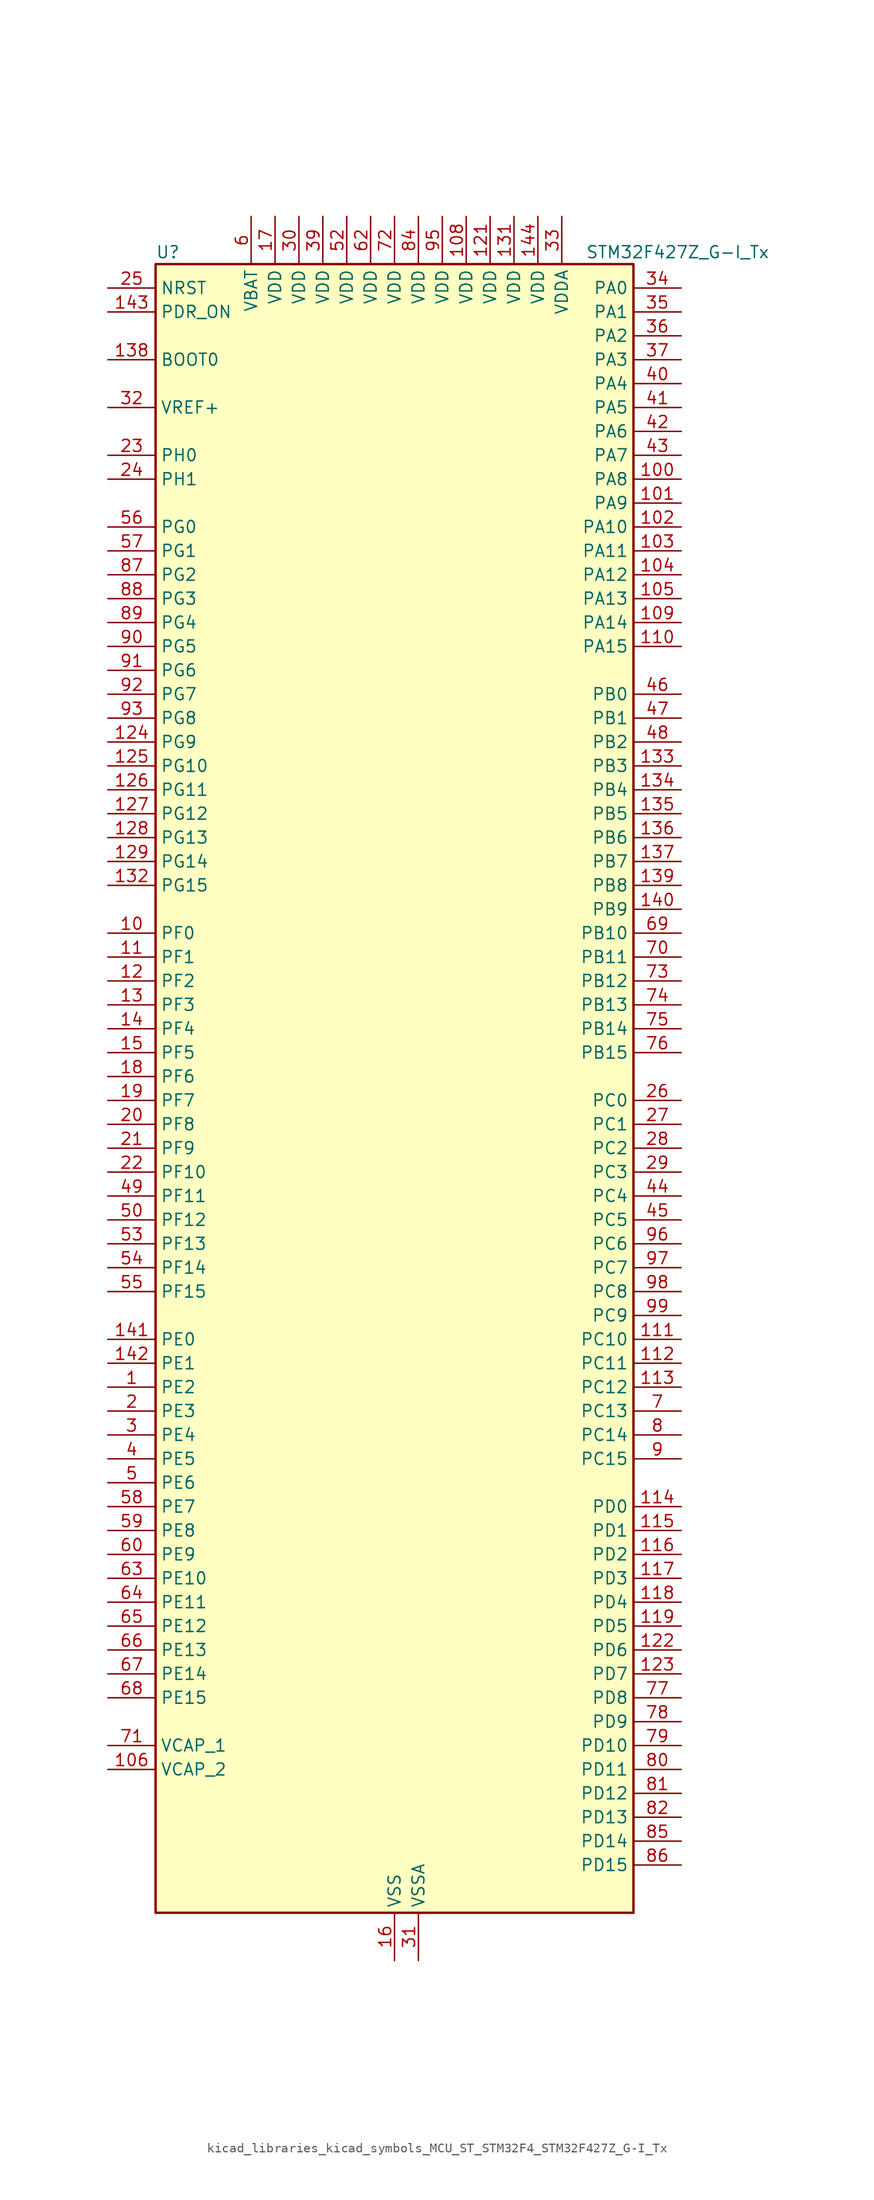
<source format=kicad_sym>
(kicad_symbol_lib
  (version 20220914)
  (generator kicad_symbol_editor)
  (symbol "kicad_libraries_kicad_symbols_MCU_ST_STM32F4_STM32F427Z_G-I_Tx"
    (property "Reference" "U"
      (at -25.4 90.17 0)
      (effects (font (size 1.27 1.27)) (justify left)))
    (property "Value" "STM32F427Z_G-I_Tx"
      (at 20.32 90.17 0)
      (effects (font (size 1.27 1.27)) (justify left)))
    (property "ki_locked" ""
      (at 0 0 0)
      (effects (font (size 1.27 1.27))))
    (symbol "kicad_libraries_kicad_symbols_MCU_ST_STM32F4_STM32F427Z_G-I_Tx_0_1"
      (rectangle (start -25.4 -86.36) (end 25.4 88.9) (stroke (width 0.254) (type default)) (fill (type background))))
    (symbol "kicad_libraries_kicad_symbols_MCU_ST_STM32F4_STM32F427Z_G-I_Tx_1_1"
      (pin bidirectional line (at -30.48 -30.48 0) (length 5.08) (name "PE2" (effects (font (size 1.27 1.27)))) (number "1" (effects (font (size 1.27 1.27)))) (alternate "ETH_TXD3" bidirectional line) (alternate "FMC_A23" bidirectional line) (alternate "SAI1_MCLK_A" bidirectional line) (alternate "SPI4_SCK" bidirectional line) (alternate "SYS_TRACECLK" bidirectional line))
      (pin bidirectional line (at -30.48 17.78 0) (length 5.08) (name "PF0" (effects (font (size 1.27 1.27)))) (number "10" (effects (font (size 1.27 1.27)))) (alternate "FMC_A0" bidirectional line) (alternate "I2C2_SDA" bidirectional line))
      (pin bidirectional line (at 30.48 66.04 180) (length 5.08) (name "PA8" (effects (font (size 1.27 1.27)))) (number "100" (effects (font (size 1.27 1.27)))) (alternate "I2C3_SCL" bidirectional line) (alternate "RCC_MCO_1" bidirectional line) (alternate "TIM1_CH1" bidirectional line) (alternate "USART1_CK" bidirectional line) (alternate "USB_OTG_FS_SOF" bidirectional line))
      (pin bidirectional line (at 30.48 63.5 180) (length 5.08) (name "PA9" (effects (font (size 1.27 1.27)))) (number "101" (effects (font (size 1.27 1.27)))) (alternate "DAC_EXTI9" bidirectional line) (alternate "DCMI_D0" bidirectional line) (alternate "I2C3_SMBA" bidirectional line) (alternate "TIM1_CH2" bidirectional line) (alternate "USART1_TX" bidirectional line) (alternate "USB_OTG_FS_VBUS" bidirectional line))
      (pin bidirectional line (at 30.48 60.96 180) (length 5.08) (name "PA10" (effects (font (size 1.27 1.27)))) (number "102" (effects (font (size 1.27 1.27)))) (alternate "DCMI_D1" bidirectional line) (alternate "TIM1_CH3" bidirectional line) (alternate "USART1_RX" bidirectional line) (alternate "USB_OTG_FS_ID" bidirectional line))
      (pin bidirectional line (at 30.48 58.42 180) (length 5.08) (name "PA11" (effects (font (size 1.27 1.27)))) (number "103" (effects (font (size 1.27 1.27)))) (alternate "ADC1_EXTI11" bidirectional line) (alternate "ADC2_EXTI11" bidirectional line) (alternate "ADC3_EXTI11" bidirectional line) (alternate "CAN1_RX" bidirectional line) (alternate "TIM1_CH4" bidirectional line) (alternate "USART1_CTS" bidirectional line) (alternate "USB_OTG_FS_DM" bidirectional line))
      (pin bidirectional line (at 30.48 55.88 180) (length 5.08) (name "PA12" (effects (font (size 1.27 1.27)))) (number "104" (effects (font (size 1.27 1.27)))) (alternate "CAN1_TX" bidirectional line) (alternate "TIM1_ETR" bidirectional line) (alternate "USART1_RTS" bidirectional line) (alternate "USB_OTG_FS_DP" bidirectional line))
      (pin bidirectional line (at 30.48 53.34 180) (length 5.08) (name "PA13" (effects (font (size 1.27 1.27)))) (number "105" (effects (font (size 1.27 1.27)))) (alternate "SYS_JTMS-SWDIO" bidirectional line))
      (pin power_out line (at -30.48 -71.12 0) (length 5.08) (name "VCAP_2" (effects (font (size 1.27 1.27)))) (number "106" (effects (font (size 1.27 1.27)))))
      (pin passive line (at 0 -91.44 90) (length 5.08) hide (name "VSS" (effects (font (size 1.27 1.27)))) (number "107" (effects (font (size 1.27 1.27)))))
      (pin power_in line (at 7.62 93.98 270) (length 5.08) (name "VDD" (effects (font (size 1.27 1.27)))) (number "108" (effects (font (size 1.27 1.27)))))
      (pin bidirectional line (at 30.48 50.8 180) (length 5.08) (name "PA14" (effects (font (size 1.27 1.27)))) (number "109" (effects (font (size 1.27 1.27)))) (alternate "SYS_JTCK-SWCLK" bidirectional line))
      (pin bidirectional line (at -30.48 15.24 0) (length 5.08) (name "PF1" (effects (font (size 1.27 1.27)))) (number "11" (effects (font (size 1.27 1.27)))) (alternate "FMC_A1" bidirectional line) (alternate "I2C2_SCL" bidirectional line))
      (pin bidirectional line (at 30.48 48.26 180) (length 5.08) (name "PA15" (effects (font (size 1.27 1.27)))) (number "110" (effects (font (size 1.27 1.27)))) (alternate "ADC1_EXTI15" bidirectional line) (alternate "ADC2_EXTI15" bidirectional line) (alternate "ADC3_EXTI15" bidirectional line) (alternate "I2S3_WS" bidirectional line) (alternate "SPI1_NSS" bidirectional line) (alternate "SPI3_NSS" bidirectional line) (alternate "SYS_JTDI" bidirectional line) (alternate "TIM2_CH1" bidirectional line) (alternate "TIM2_ETR" bidirectional line))
      (pin bidirectional line (at 30.48 -25.4 180) (length 5.08) (name "PC10" (effects (font (size 1.27 1.27)))) (number "111" (effects (font (size 1.27 1.27)))) (alternate "DCMI_D8" bidirectional line) (alternate "I2S3_CK" bidirectional line) (alternate "SDIO_D2" bidirectional line) (alternate "SPI3_SCK" bidirectional line) (alternate "UART4_TX" bidirectional line) (alternate "USART3_TX" bidirectional line))
      (pin bidirectional line (at 30.48 -27.94 180) (length 5.08) (name "PC11" (effects (font (size 1.27 1.27)))) (number "112" (effects (font (size 1.27 1.27)))) (alternate "ADC1_EXTI11" bidirectional line) (alternate "ADC2_EXTI11" bidirectional line) (alternate "ADC3_EXTI11" bidirectional line) (alternate "DCMI_D4" bidirectional line) (alternate "I2S3_ext_SD" bidirectional line) (alternate "SDIO_D3" bidirectional line) (alternate "SPI3_MISO" bidirectional line) (alternate "UART4_RX" bidirectional line) (alternate "USART3_RX" bidirectional line))
      (pin bidirectional line (at 30.48 -30.48 180) (length 5.08) (name "PC12" (effects (font (size 1.27 1.27)))) (number "113" (effects (font (size 1.27 1.27)))) (alternate "DCMI_D9" bidirectional line) (alternate "I2S3_SD" bidirectional line) (alternate "SDIO_CK" bidirectional line) (alternate "SPI3_MOSI" bidirectional line) (alternate "UART5_TX" bidirectional line) (alternate "USART3_CK" bidirectional line))
      (pin bidirectional line (at 30.48 -43.18 180) (length 5.08) (name "PD0" (effects (font (size 1.27 1.27)))) (number "114" (effects (font (size 1.27 1.27)))) (alternate "CAN1_RX" bidirectional line) (alternate "FMC_D2" bidirectional line) (alternate "FMC_DA2" bidirectional line))
      (pin bidirectional line (at 30.48 -45.72 180) (length 5.08) (name "PD1" (effects (font (size 1.27 1.27)))) (number "115" (effects (font (size 1.27 1.27)))) (alternate "CAN1_TX" bidirectional line) (alternate "FMC_D3" bidirectional line) (alternate "FMC_DA3" bidirectional line))
      (pin bidirectional line (at 30.48 -48.26 180) (length 5.08) (name "PD2" (effects (font (size 1.27 1.27)))) (number "116" (effects (font (size 1.27 1.27)))) (alternate "DCMI_D11" bidirectional line) (alternate "SDIO_CMD" bidirectional line) (alternate "TIM3_ETR" bidirectional line) (alternate "UART5_RX" bidirectional line))
      (pin bidirectional line (at 30.48 -50.8 180) (length 5.08) (name "PD3" (effects (font (size 1.27 1.27)))) (number "117" (effects (font (size 1.27 1.27)))) (alternate "DCMI_D5" bidirectional line) (alternate "FMC_CLK" bidirectional line) (alternate "I2S2_CK" bidirectional line) (alternate "SPI2_SCK" bidirectional line) (alternate "USART2_CTS" bidirectional line))
      (pin bidirectional line (at 30.48 -53.34 180) (length 5.08) (name "PD4" (effects (font (size 1.27 1.27)))) (number "118" (effects (font (size 1.27 1.27)))) (alternate "FMC_NOE" bidirectional line) (alternate "USART2_RTS" bidirectional line))
      (pin bidirectional line (at 30.48 -55.88 180) (length 5.08) (name "PD5" (effects (font (size 1.27 1.27)))) (number "119" (effects (font (size 1.27 1.27)))) (alternate "FMC_NWE" bidirectional line) (alternate "USART2_TX" bidirectional line))
      (pin bidirectional line (at -30.48 12.7 0) (length 5.08) (name "PF2" (effects (font (size 1.27 1.27)))) (number "12" (effects (font (size 1.27 1.27)))) (alternate "FMC_A2" bidirectional line) (alternate "I2C2_SMBA" bidirectional line))
      (pin passive line (at 0 -91.44 90) (length 5.08) hide (name "VSS" (effects (font (size 1.27 1.27)))) (number "120" (effects (font (size 1.27 1.27)))))
      (pin power_in line (at 10.16 93.98 270) (length 5.08) (name "VDD" (effects (font (size 1.27 1.27)))) (number "121" (effects (font (size 1.27 1.27)))))
      (pin bidirectional line (at 30.48 -58.42 180) (length 5.08) (name "PD6" (effects (font (size 1.27 1.27)))) (number "122" (effects (font (size 1.27 1.27)))) (alternate "DCMI_D10" bidirectional line) (alternate "FMC_NWAIT" bidirectional line) (alternate "I2S3_SD" bidirectional line) (alternate "SAI1_SD_A" bidirectional line) (alternate "SPI3_MOSI" bidirectional line) (alternate "USART2_RX" bidirectional line))
      (pin bidirectional line (at 30.48 -60.96 180) (length 5.08) (name "PD7" (effects (font (size 1.27 1.27)))) (number "123" (effects (font (size 1.27 1.27)))) (alternate "FMC_NCE2" bidirectional line) (alternate "FMC_NE1" bidirectional line) (alternate "USART2_CK" bidirectional line))
      (pin bidirectional line (at -30.48 38.1 0) (length 5.08) (name "PG9" (effects (font (size 1.27 1.27)))) (number "124" (effects (font (size 1.27 1.27)))) (alternate "DAC_EXTI9" bidirectional line) (alternate "DCMI_VSYNC" bidirectional line) (alternate "FMC_NCE3" bidirectional line) (alternate "FMC_NE2" bidirectional line) (alternate "USART6_RX" bidirectional line))
      (pin bidirectional line (at -30.48 35.56 0) (length 5.08) (name "PG10" (effects (font (size 1.27 1.27)))) (number "125" (effects (font (size 1.27 1.27)))) (alternate "DCMI_D2" bidirectional line) (alternate "FMC_NCE4_1" bidirectional line) (alternate "FMC_NE3" bidirectional line))
      (pin bidirectional line (at -30.48 33.02 0) (length 5.08) (name "PG11" (effects (font (size 1.27 1.27)))) (number "126" (effects (font (size 1.27 1.27)))) (alternate "ADC1_EXTI11" bidirectional line) (alternate "ADC2_EXTI11" bidirectional line) (alternate "ADC3_EXTI11" bidirectional line) (alternate "DCMI_D3" bidirectional line) (alternate "ETH_TX_EN" bidirectional line) (alternate "FMC_NCE4_2" bidirectional line))
      (pin bidirectional line (at -30.48 30.48 0) (length 5.08) (name "PG12" (effects (font (size 1.27 1.27)))) (number "127" (effects (font (size 1.27 1.27)))) (alternate "FMC_NE4" bidirectional line) (alternate "SPI6_MISO" bidirectional line) (alternate "USART6_RTS" bidirectional line))
      (pin bidirectional line (at -30.48 27.94 0) (length 5.08) (name "PG13" (effects (font (size 1.27 1.27)))) (number "128" (effects (font (size 1.27 1.27)))) (alternate "ETH_TXD0" bidirectional line) (alternate "FMC_A24" bidirectional line) (alternate "SPI6_SCK" bidirectional line) (alternate "USART6_CTS" bidirectional line))
      (pin bidirectional line (at -30.48 25.4 0) (length 5.08) (name "PG14" (effects (font (size 1.27 1.27)))) (number "129" (effects (font (size 1.27 1.27)))) (alternate "ETH_TXD1" bidirectional line) (alternate "FMC_A25" bidirectional line) (alternate "SPI6_MOSI" bidirectional line) (alternate "USART6_TX" bidirectional line))
      (pin bidirectional line (at -30.48 10.16 0) (length 5.08) (name "PF3" (effects (font (size 1.27 1.27)))) (number "13" (effects (font (size 1.27 1.27)))) (alternate "ADC3_IN9" bidirectional line) (alternate "FMC_A3" bidirectional line))
      (pin passive line (at 0 -91.44 90) (length 5.08) hide (name "VSS" (effects (font (size 1.27 1.27)))) (number "130" (effects (font (size 1.27 1.27)))))
      (pin power_in line (at 12.7 93.98 270) (length 5.08) (name "VDD" (effects (font (size 1.27 1.27)))) (number "131" (effects (font (size 1.27 1.27)))))
      (pin bidirectional line (at -30.48 22.86 0) (length 5.08) (name "PG15" (effects (font (size 1.27 1.27)))) (number "132" (effects (font (size 1.27 1.27)))) (alternate "ADC1_EXTI15" bidirectional line) (alternate "ADC2_EXTI15" bidirectional line) (alternate "ADC3_EXTI15" bidirectional line) (alternate "DCMI_D13" bidirectional line) (alternate "FMC_SDNCAS" bidirectional line) (alternate "USART6_CTS" bidirectional line))
      (pin bidirectional line (at 30.48 35.56 180) (length 5.08) (name "PB3" (effects (font (size 1.27 1.27)))) (number "133" (effects (font (size 1.27 1.27)))) (alternate "I2S3_CK" bidirectional line) (alternate "SPI1_SCK" bidirectional line) (alternate "SPI3_SCK" bidirectional line) (alternate "SYS_JTDO-SWO" bidirectional line) (alternate "TIM2_CH2" bidirectional line))
      (pin bidirectional line (at 30.48 33.02 180) (length 5.08) (name "PB4" (effects (font (size 1.27 1.27)))) (number "134" (effects (font (size 1.27 1.27)))) (alternate "I2S3_ext_SD" bidirectional line) (alternate "SPI1_MISO" bidirectional line) (alternate "SPI3_MISO" bidirectional line) (alternate "SYS_JTRST" bidirectional line) (alternate "TIM3_CH1" bidirectional line))
      (pin bidirectional line (at 30.48 30.48 180) (length 5.08) (name "PB5" (effects (font (size 1.27 1.27)))) (number "135" (effects (font (size 1.27 1.27)))) (alternate "CAN2_RX" bidirectional line) (alternate "DCMI_D10" bidirectional line) (alternate "ETH_PPS_OUT" bidirectional line) (alternate "FMC_SDCKE1" bidirectional line) (alternate "I2C1_SMBA" bidirectional line) (alternate "I2S3_SD" bidirectional line) (alternate "SPI1_MOSI" bidirectional line) (alternate "SPI3_MOSI" bidirectional line) (alternate "TIM3_CH2" bidirectional line) (alternate "USB_OTG_HS_ULPI_D7" bidirectional line))
      (pin bidirectional line (at 30.48 27.94 180) (length 5.08) (name "PB6" (effects (font (size 1.27 1.27)))) (number "136" (effects (font (size 1.27 1.27)))) (alternate "CAN2_TX" bidirectional line) (alternate "DCMI_D5" bidirectional line) (alternate "FMC_SDNE1" bidirectional line) (alternate "I2C1_SCL" bidirectional line) (alternate "TIM4_CH1" bidirectional line) (alternate "USART1_TX" bidirectional line))
      (pin bidirectional line (at 30.48 25.4 180) (length 5.08) (name "PB7" (effects (font (size 1.27 1.27)))) (number "137" (effects (font (size 1.27 1.27)))) (alternate "DCMI_VSYNC" bidirectional line) (alternate "FMC_NL" bidirectional line) (alternate "I2C1_SDA" bidirectional line) (alternate "TIM4_CH2" bidirectional line) (alternate "USART1_RX" bidirectional line))
      (pin input line (at -30.48 78.74 0) (length 5.08) (name "BOOT0" (effects (font (size 1.27 1.27)))) (number "138" (effects (font (size 1.27 1.27)))))
      (pin bidirectional line (at 30.48 22.86 180) (length 5.08) (name "PB8" (effects (font (size 1.27 1.27)))) (number "139" (effects (font (size 1.27 1.27)))) (alternate "CAN1_RX" bidirectional line) (alternate "DCMI_D6" bidirectional line) (alternate "ETH_TXD3" bidirectional line) (alternate "I2C1_SCL" bidirectional line) (alternate "SDIO_D4" bidirectional line) (alternate "TIM10_CH1" bidirectional line) (alternate "TIM4_CH3" bidirectional line))
      (pin bidirectional line (at -30.48 7.62 0) (length 5.08) (name "PF4" (effects (font (size 1.27 1.27)))) (number "14" (effects (font (size 1.27 1.27)))) (alternate "ADC3_IN14" bidirectional line) (alternate "FMC_A4" bidirectional line))
      (pin bidirectional line (at 30.48 20.32 180) (length 5.08) (name "PB9" (effects (font (size 1.27 1.27)))) (number "140" (effects (font (size 1.27 1.27)))) (alternate "CAN1_TX" bidirectional line) (alternate "DAC_EXTI9" bidirectional line) (alternate "DCMI_D7" bidirectional line) (alternate "I2C1_SDA" bidirectional line) (alternate "I2S2_WS" bidirectional line) (alternate "SDIO_D5" bidirectional line) (alternate "SPI2_NSS" bidirectional line) (alternate "TIM11_CH1" bidirectional line) (alternate "TIM4_CH4" bidirectional line))
      (pin bidirectional line (at -30.48 -25.4 0) (length 5.08) (name "PE0" (effects (font (size 1.27 1.27)))) (number "141" (effects (font (size 1.27 1.27)))) (alternate "DCMI_D2" bidirectional line) (alternate "FMC_NBL0" bidirectional line) (alternate "TIM4_ETR" bidirectional line) (alternate "UART8_RX" bidirectional line))
      (pin bidirectional line (at -30.48 -27.94 0) (length 5.08) (name "PE1" (effects (font (size 1.27 1.27)))) (number "142" (effects (font (size 1.27 1.27)))) (alternate "DCMI_D3" bidirectional line) (alternate "FMC_NBL1" bidirectional line) (alternate "UART8_TX" bidirectional line))
      (pin input line (at -30.48 83.82 0) (length 5.08) (name "PDR_ON" (effects (font (size 1.27 1.27)))) (number "143" (effects (font (size 1.27 1.27)))))
      (pin power_in line (at 15.24 93.98 270) (length 5.08) (name "VDD" (effects (font (size 1.27 1.27)))) (number "144" (effects (font (size 1.27 1.27)))))
      (pin bidirectional line (at -30.48 5.08 0) (length 5.08) (name "PF5" (effects (font (size 1.27 1.27)))) (number "15" (effects (font (size 1.27 1.27)))) (alternate "ADC3_IN15" bidirectional line) (alternate "FMC_A5" bidirectional line))
      (pin power_in line (at 0 -91.44 90) (length 5.08) (name "VSS" (effects (font (size 1.27 1.27)))) (number "16" (effects (font (size 1.27 1.27)))))
      (pin power_in line (at -12.7 93.98 270) (length 5.08) (name "VDD" (effects (font (size 1.27 1.27)))) (number "17" (effects (font (size 1.27 1.27)))))
      (pin bidirectional line (at -30.48 2.54 0) (length 5.08) (name "PF6" (effects (font (size 1.27 1.27)))) (number "18" (effects (font (size 1.27 1.27)))) (alternate "ADC3_IN4" bidirectional line) (alternate "FMC_NIORD" bidirectional line) (alternate "SAI1_SD_B" bidirectional line) (alternate "SPI5_NSS" bidirectional line) (alternate "TIM10_CH1" bidirectional line) (alternate "UART7_RX" bidirectional line))
      (pin bidirectional line (at -30.48 0 0) (length 5.08) (name "PF7" (effects (font (size 1.27 1.27)))) (number "19" (effects (font (size 1.27 1.27)))) (alternate "ADC3_IN5" bidirectional line) (alternate "FMC_NREG" bidirectional line) (alternate "SAI1_MCLK_B" bidirectional line) (alternate "SPI5_SCK" bidirectional line) (alternate "TIM11_CH1" bidirectional line) (alternate "UART7_TX" bidirectional line))
      (pin bidirectional line (at -30.48 -33.02 0) (length 5.08) (name "PE3" (effects (font (size 1.27 1.27)))) (number "2" (effects (font (size 1.27 1.27)))) (alternate "FMC_A19" bidirectional line) (alternate "SAI1_SD_B" bidirectional line) (alternate "SYS_TRACED0" bidirectional line))
      (pin bidirectional line (at -30.48 -2.54 0) (length 5.08) (name "PF8" (effects (font (size 1.27 1.27)))) (number "20" (effects (font (size 1.27 1.27)))) (alternate "ADC3_IN6" bidirectional line) (alternate "FMC_NIOWR" bidirectional line) (alternate "SAI1_SCK_B" bidirectional line) (alternate "SPI5_MISO" bidirectional line) (alternate "TIM13_CH1" bidirectional line))
      (pin bidirectional line (at -30.48 -5.08 0) (length 5.08) (name "PF9" (effects (font (size 1.27 1.27)))) (number "21" (effects (font (size 1.27 1.27)))) (alternate "ADC3_IN7" bidirectional line) (alternate "DAC_EXTI9" bidirectional line) (alternate "FMC_CD" bidirectional line) (alternate "SAI1_FS_B" bidirectional line) (alternate "SPI5_MOSI" bidirectional line) (alternate "TIM14_CH1" bidirectional line))
      (pin bidirectional line (at -30.48 -7.62 0) (length 5.08) (name "PF10" (effects (font (size 1.27 1.27)))) (number "22" (effects (font (size 1.27 1.27)))) (alternate "ADC3_IN8" bidirectional line) (alternate "DCMI_D11" bidirectional line) (alternate "FMC_INTR" bidirectional line))
      (pin bidirectional line (at -30.48 68.58 0) (length 5.08) (name "PH0" (effects (font (size 1.27 1.27)))) (number "23" (effects (font (size 1.27 1.27)))) (alternate "RCC_OSC_IN" bidirectional line))
      (pin bidirectional line (at -30.48 66.04 0) (length 5.08) (name "PH1" (effects (font (size 1.27 1.27)))) (number "24" (effects (font (size 1.27 1.27)))) (alternate "RCC_OSC_OUT" bidirectional line))
      (pin input line (at -30.48 86.36 0) (length 5.08) (name "NRST" (effects (font (size 1.27 1.27)))) (number "25" (effects (font (size 1.27 1.27)))))
      (pin bidirectional line (at 30.48 0 180) (length 5.08) (name "PC0" (effects (font (size 1.27 1.27)))) (number "26" (effects (font (size 1.27 1.27)))) (alternate "ADC1_IN10" bidirectional line) (alternate "ADC2_IN10" bidirectional line) (alternate "ADC3_IN10" bidirectional line) (alternate "FMC_SDNWE" bidirectional line) (alternate "USB_OTG_HS_ULPI_STP" bidirectional line))
      (pin bidirectional line (at 30.48 -2.54 180) (length 5.08) (name "PC1" (effects (font (size 1.27 1.27)))) (number "27" (effects (font (size 1.27 1.27)))) (alternate "ADC1_IN11" bidirectional line) (alternate "ADC2_IN11" bidirectional line) (alternate "ADC3_IN11" bidirectional line) (alternate "ETH_MDC" bidirectional line))
      (pin bidirectional line (at 30.48 -5.08 180) (length 5.08) (name "PC2" (effects (font (size 1.27 1.27)))) (number "28" (effects (font (size 1.27 1.27)))) (alternate "ADC1_IN12" bidirectional line) (alternate "ADC2_IN12" bidirectional line) (alternate "ADC3_IN12" bidirectional line) (alternate "ETH_TXD2" bidirectional line) (alternate "FMC_SDNE0" bidirectional line) (alternate "I2S2_ext_SD" bidirectional line) (alternate "SPI2_MISO" bidirectional line) (alternate "USB_OTG_HS_ULPI_DIR" bidirectional line))
      (pin bidirectional line (at 30.48 -7.62 180) (length 5.08) (name "PC3" (effects (font (size 1.27 1.27)))) (number "29" (effects (font (size 1.27 1.27)))) (alternate "ADC1_IN13" bidirectional line) (alternate "ADC2_IN13" bidirectional line) (alternate "ADC3_IN13" bidirectional line) (alternate "ETH_TX_CLK" bidirectional line) (alternate "FMC_SDCKE0" bidirectional line) (alternate "I2S2_SD" bidirectional line) (alternate "SPI2_MOSI" bidirectional line) (alternate "USB_OTG_HS_ULPI_NXT" bidirectional line))
      (pin bidirectional line (at -30.48 -35.56 0) (length 5.08) (name "PE4" (effects (font (size 1.27 1.27)))) (number "3" (effects (font (size 1.27 1.27)))) (alternate "DCMI_D4" bidirectional line) (alternate "FMC_A20" bidirectional line) (alternate "SAI1_FS_A" bidirectional line) (alternate "SPI4_NSS" bidirectional line) (alternate "SYS_TRACED1" bidirectional line))
      (pin power_in line (at -10.16 93.98 270) (length 5.08) (name "VDD" (effects (font (size 1.27 1.27)))) (number "30" (effects (font (size 1.27 1.27)))))
      (pin power_in line (at 2.54 -91.44 90) (length 5.08) (name "VSSA" (effects (font (size 1.27 1.27)))) (number "31" (effects (font (size 1.27 1.27)))))
      (pin input line (at -30.48 73.66 0) (length 5.08) (name "VREF+" (effects (font (size 1.27 1.27)))) (number "32" (effects (font (size 1.27 1.27)))))
      (pin power_in line (at 17.78 93.98 270) (length 5.08) (name "VDDA" (effects (font (size 1.27 1.27)))) (number "33" (effects (font (size 1.27 1.27)))))
      (pin bidirectional line (at 30.48 86.36 180) (length 5.08) (name "PA0" (effects (font (size 1.27 1.27)))) (number "34" (effects (font (size 1.27 1.27)))) (alternate "ADC1_IN0" bidirectional line) (alternate "ADC2_IN0" bidirectional line) (alternate "ADC3_IN0" bidirectional line) (alternate "ETH_CRS" bidirectional line) (alternate "SYS_WKUP" bidirectional line) (alternate "TIM2_CH1" bidirectional line) (alternate "TIM2_ETR" bidirectional line) (alternate "TIM5_CH1" bidirectional line) (alternate "TIM8_ETR" bidirectional line) (alternate "UART4_TX" bidirectional line) (alternate "USART2_CTS" bidirectional line))
      (pin bidirectional line (at 30.48 83.82 180) (length 5.08) (name "PA1" (effects (font (size 1.27 1.27)))) (number "35" (effects (font (size 1.27 1.27)))) (alternate "ADC1_IN1" bidirectional line) (alternate "ADC2_IN1" bidirectional line) (alternate "ADC3_IN1" bidirectional line) (alternate "ETH_REF_CLK" bidirectional line) (alternate "ETH_RX_CLK" bidirectional line) (alternate "TIM2_CH2" bidirectional line) (alternate "TIM5_CH2" bidirectional line) (alternate "UART4_RX" bidirectional line) (alternate "USART2_RTS" bidirectional line))
      (pin bidirectional line (at 30.48 81.28 180) (length 5.08) (name "PA2" (effects (font (size 1.27 1.27)))) (number "36" (effects (font (size 1.27 1.27)))) (alternate "ADC1_IN2" bidirectional line) (alternate "ADC2_IN2" bidirectional line) (alternate "ADC3_IN2" bidirectional line) (alternate "ETH_MDIO" bidirectional line) (alternate "TIM2_CH3" bidirectional line) (alternate "TIM5_CH3" bidirectional line) (alternate "TIM9_CH1" bidirectional line) (alternate "USART2_TX" bidirectional line))
      (pin bidirectional line (at 30.48 78.74 180) (length 5.08) (name "PA3" (effects (font (size 1.27 1.27)))) (number "37" (effects (font (size 1.27 1.27)))) (alternate "ADC1_IN3" bidirectional line) (alternate "ADC2_IN3" bidirectional line) (alternate "ADC3_IN3" bidirectional line) (alternate "ETH_COL" bidirectional line) (alternate "TIM2_CH4" bidirectional line) (alternate "TIM5_CH4" bidirectional line) (alternate "TIM9_CH2" bidirectional line) (alternate "USART2_RX" bidirectional line) (alternate "USB_OTG_HS_ULPI_D0" bidirectional line))
      (pin passive line (at 0 -91.44 90) (length 5.08) hide (name "VSS" (effects (font (size 1.27 1.27)))) (number "38" (effects (font (size 1.27 1.27)))))
      (pin power_in line (at -7.62 93.98 270) (length 5.08) (name "VDD" (effects (font (size 1.27 1.27)))) (number "39" (effects (font (size 1.27 1.27)))))
      (pin bidirectional line (at -30.48 -38.1 0) (length 5.08) (name "PE5" (effects (font (size 1.27 1.27)))) (number "4" (effects (font (size 1.27 1.27)))) (alternate "DCMI_D6" bidirectional line) (alternate "FMC_A21" bidirectional line) (alternate "SAI1_SCK_A" bidirectional line) (alternate "SPI4_MISO" bidirectional line) (alternate "SYS_TRACED2" bidirectional line) (alternate "TIM9_CH1" bidirectional line))
      (pin bidirectional line (at 30.48 76.2 180) (length 5.08) (name "PA4" (effects (font (size 1.27 1.27)))) (number "40" (effects (font (size 1.27 1.27)))) (alternate "ADC1_IN4" bidirectional line) (alternate "ADC2_IN4" bidirectional line) (alternate "DAC_OUT1" bidirectional line) (alternate "DCMI_HSYNC" bidirectional line) (alternate "I2S3_WS" bidirectional line) (alternate "SPI1_NSS" bidirectional line) (alternate "SPI3_NSS" bidirectional line) (alternate "USART2_CK" bidirectional line) (alternate "USB_OTG_HS_SOF" bidirectional line))
      (pin bidirectional line (at 30.48 73.66 180) (length 5.08) (name "PA5" (effects (font (size 1.27 1.27)))) (number "41" (effects (font (size 1.27 1.27)))) (alternate "ADC1_IN5" bidirectional line) (alternate "ADC2_IN5" bidirectional line) (alternate "DAC_OUT2" bidirectional line) (alternate "SPI1_SCK" bidirectional line) (alternate "TIM2_CH1" bidirectional line) (alternate "TIM2_ETR" bidirectional line) (alternate "TIM8_CH1N" bidirectional line) (alternate "USB_OTG_HS_ULPI_CK" bidirectional line))
      (pin bidirectional line (at 30.48 71.12 180) (length 5.08) (name "PA6" (effects (font (size 1.27 1.27)))) (number "42" (effects (font (size 1.27 1.27)))) (alternate "ADC1_IN6" bidirectional line) (alternate "ADC2_IN6" bidirectional line) (alternate "DCMI_PIXCLK" bidirectional line) (alternate "SPI1_MISO" bidirectional line) (alternate "TIM13_CH1" bidirectional line) (alternate "TIM1_BKIN" bidirectional line) (alternate "TIM3_CH1" bidirectional line) (alternate "TIM8_BKIN" bidirectional line))
      (pin bidirectional line (at 30.48 68.58 180) (length 5.08) (name "PA7" (effects (font (size 1.27 1.27)))) (number "43" (effects (font (size 1.27 1.27)))) (alternate "ADC1_IN7" bidirectional line) (alternate "ADC2_IN7" bidirectional line) (alternate "ETH_CRS_DV" bidirectional line) (alternate "ETH_RX_DV" bidirectional line) (alternate "SPI1_MOSI" bidirectional line) (alternate "TIM14_CH1" bidirectional line) (alternate "TIM1_CH1N" bidirectional line) (alternate "TIM3_CH2" bidirectional line) (alternate "TIM8_CH1N" bidirectional line))
      (pin bidirectional line (at 30.48 -10.16 180) (length 5.08) (name "PC4" (effects (font (size 1.27 1.27)))) (number "44" (effects (font (size 1.27 1.27)))) (alternate "ADC1_IN14" bidirectional line) (alternate "ADC2_IN14" bidirectional line) (alternate "ETH_RXD0" bidirectional line))
      (pin bidirectional line (at 30.48 -12.7 180) (length 5.08) (name "PC5" (effects (font (size 1.27 1.27)))) (number "45" (effects (font (size 1.27 1.27)))) (alternate "ADC1_IN15" bidirectional line) (alternate "ADC2_IN15" bidirectional line) (alternate "ETH_RXD1" bidirectional line))
      (pin bidirectional line (at 30.48 43.18 180) (length 5.08) (name "PB0" (effects (font (size 1.27 1.27)))) (number "46" (effects (font (size 1.27 1.27)))) (alternate "ADC1_IN8" bidirectional line) (alternate "ADC2_IN8" bidirectional line) (alternate "ETH_RXD2" bidirectional line) (alternate "TIM1_CH2N" bidirectional line) (alternate "TIM3_CH3" bidirectional line) (alternate "TIM8_CH2N" bidirectional line) (alternate "USB_OTG_HS_ULPI_D1" bidirectional line))
      (pin bidirectional line (at 30.48 40.64 180) (length 5.08) (name "PB1" (effects (font (size 1.27 1.27)))) (number "47" (effects (font (size 1.27 1.27)))) (alternate "ADC1_IN9" bidirectional line) (alternate "ADC2_IN9" bidirectional line) (alternate "ETH_RXD3" bidirectional line) (alternate "TIM1_CH3N" bidirectional line) (alternate "TIM3_CH4" bidirectional line) (alternate "TIM8_CH3N" bidirectional line) (alternate "USB_OTG_HS_ULPI_D2" bidirectional line))
      (pin bidirectional line (at 30.48 38.1 180) (length 5.08) (name "PB2" (effects (font (size 1.27 1.27)))) (number "48" (effects (font (size 1.27 1.27)))))
      (pin bidirectional line (at -30.48 -10.16 0) (length 5.08) (name "PF11" (effects (font (size 1.27 1.27)))) (number "49" (effects (font (size 1.27 1.27)))) (alternate "ADC1_EXTI11" bidirectional line) (alternate "ADC2_EXTI11" bidirectional line) (alternate "ADC3_EXTI11" bidirectional line) (alternate "DCMI_D12" bidirectional line) (alternate "FMC_SDNRAS" bidirectional line) (alternate "SPI5_MOSI" bidirectional line))
      (pin bidirectional line (at -30.48 -40.64 0) (length 5.08) (name "PE6" (effects (font (size 1.27 1.27)))) (number "5" (effects (font (size 1.27 1.27)))) (alternate "DCMI_D7" bidirectional line) (alternate "FMC_A22" bidirectional line) (alternate "SAI1_SD_A" bidirectional line) (alternate "SPI4_MOSI" bidirectional line) (alternate "SYS_TRACED3" bidirectional line) (alternate "TIM9_CH2" bidirectional line))
      (pin bidirectional line (at -30.48 -12.7 0) (length 5.08) (name "PF12" (effects (font (size 1.27 1.27)))) (number "50" (effects (font (size 1.27 1.27)))) (alternate "FMC_A6" bidirectional line))
      (pin passive line (at 0 -91.44 90) (length 5.08) hide (name "VSS" (effects (font (size 1.27 1.27)))) (number "51" (effects (font (size 1.27 1.27)))))
      (pin power_in line (at -5.08 93.98 270) (length 5.08) (name "VDD" (effects (font (size 1.27 1.27)))) (number "52" (effects (font (size 1.27 1.27)))))
      (pin bidirectional line (at -30.48 -15.24 0) (length 5.08) (name "PF13" (effects (font (size 1.27 1.27)))) (number "53" (effects (font (size 1.27 1.27)))) (alternate "FMC_A7" bidirectional line))
      (pin bidirectional line (at -30.48 -17.78 0) (length 5.08) (name "PF14" (effects (font (size 1.27 1.27)))) (number "54" (effects (font (size 1.27 1.27)))) (alternate "FMC_A8" bidirectional line))
      (pin bidirectional line (at -30.48 -20.32 0) (length 5.08) (name "PF15" (effects (font (size 1.27 1.27)))) (number "55" (effects (font (size 1.27 1.27)))) (alternate "ADC1_EXTI15" bidirectional line) (alternate "ADC2_EXTI15" bidirectional line) (alternate "ADC3_EXTI15" bidirectional line) (alternate "FMC_A9" bidirectional line))
      (pin bidirectional line (at -30.48 60.96 0) (length 5.08) (name "PG0" (effects (font (size 1.27 1.27)))) (number "56" (effects (font (size 1.27 1.27)))) (alternate "FMC_A10" bidirectional line))
      (pin bidirectional line (at -30.48 58.42 0) (length 5.08) (name "PG1" (effects (font (size 1.27 1.27)))) (number "57" (effects (font (size 1.27 1.27)))) (alternate "FMC_A11" bidirectional line))
      (pin bidirectional line (at -30.48 -43.18 0) (length 5.08) (name "PE7" (effects (font (size 1.27 1.27)))) (number "58" (effects (font (size 1.27 1.27)))) (alternate "FMC_D4" bidirectional line) (alternate "FMC_DA4" bidirectional line) (alternate "TIM1_ETR" bidirectional line) (alternate "UART7_RX" bidirectional line))
      (pin bidirectional line (at -30.48 -45.72 0) (length 5.08) (name "PE8" (effects (font (size 1.27 1.27)))) (number "59" (effects (font (size 1.27 1.27)))) (alternate "FMC_D5" bidirectional line) (alternate "FMC_DA5" bidirectional line) (alternate "TIM1_CH1N" bidirectional line) (alternate "UART7_TX" bidirectional line))
      (pin power_in line (at -15.24 93.98 270) (length 5.08) (name "VBAT" (effects (font (size 1.27 1.27)))) (number "6" (effects (font (size 1.27 1.27)))))
      (pin bidirectional line (at -30.48 -48.26 0) (length 5.08) (name "PE9" (effects (font (size 1.27 1.27)))) (number "60" (effects (font (size 1.27 1.27)))) (alternate "DAC_EXTI9" bidirectional line) (alternate "FMC_D6" bidirectional line) (alternate "FMC_DA6" bidirectional line) (alternate "TIM1_CH1" bidirectional line))
      (pin passive line (at 0 -91.44 90) (length 5.08) hide (name "VSS" (effects (font (size 1.27 1.27)))) (number "61" (effects (font (size 1.27 1.27)))))
      (pin power_in line (at -2.54 93.98 270) (length 5.08) (name "VDD" (effects (font (size 1.27 1.27)))) (number "62" (effects (font (size 1.27 1.27)))))
      (pin bidirectional line (at -30.48 -50.8 0) (length 5.08) (name "PE10" (effects (font (size 1.27 1.27)))) (number "63" (effects (font (size 1.27 1.27)))) (alternate "FMC_D7" bidirectional line) (alternate "FMC_DA7" bidirectional line) (alternate "TIM1_CH2N" bidirectional line))
      (pin bidirectional line (at -30.48 -53.34 0) (length 5.08) (name "PE11" (effects (font (size 1.27 1.27)))) (number "64" (effects (font (size 1.27 1.27)))) (alternate "ADC1_EXTI11" bidirectional line) (alternate "ADC2_EXTI11" bidirectional line) (alternate "ADC3_EXTI11" bidirectional line) (alternate "FMC_D8" bidirectional line) (alternate "FMC_DA8" bidirectional line) (alternate "SPI4_NSS" bidirectional line) (alternate "TIM1_CH2" bidirectional line))
      (pin bidirectional line (at -30.48 -55.88 0) (length 5.08) (name "PE12" (effects (font (size 1.27 1.27)))) (number "65" (effects (font (size 1.27 1.27)))) (alternate "FMC_D9" bidirectional line) (alternate "FMC_DA9" bidirectional line) (alternate "SPI4_SCK" bidirectional line) (alternate "TIM1_CH3N" bidirectional line))
      (pin bidirectional line (at -30.48 -58.42 0) (length 5.08) (name "PE13" (effects (font (size 1.27 1.27)))) (number "66" (effects (font (size 1.27 1.27)))) (alternate "FMC_D10" bidirectional line) (alternate "FMC_DA10" bidirectional line) (alternate "SPI4_MISO" bidirectional line) (alternate "TIM1_CH3" bidirectional line))
      (pin bidirectional line (at -30.48 -60.96 0) (length 5.08) (name "PE14" (effects (font (size 1.27 1.27)))) (number "67" (effects (font (size 1.27 1.27)))) (alternate "FMC_D11" bidirectional line) (alternate "FMC_DA11" bidirectional line) (alternate "SPI4_MOSI" bidirectional line) (alternate "TIM1_CH4" bidirectional line))
      (pin bidirectional line (at -30.48 -63.5 0) (length 5.08) (name "PE15" (effects (font (size 1.27 1.27)))) (number "68" (effects (font (size 1.27 1.27)))) (alternate "ADC1_EXTI15" bidirectional line) (alternate "ADC2_EXTI15" bidirectional line) (alternate "ADC3_EXTI15" bidirectional line) (alternate "FMC_D12" bidirectional line) (alternate "FMC_DA12" bidirectional line) (alternate "TIM1_BKIN" bidirectional line))
      (pin bidirectional line (at 30.48 17.78 180) (length 5.08) (name "PB10" (effects (font (size 1.27 1.27)))) (number "69" (effects (font (size 1.27 1.27)))) (alternate "ETH_RX_ER" bidirectional line) (alternate "I2C2_SCL" bidirectional line) (alternate "I2S2_CK" bidirectional line) (alternate "SPI2_SCK" bidirectional line) (alternate "TIM2_CH3" bidirectional line) (alternate "USART3_TX" bidirectional line) (alternate "USB_OTG_HS_ULPI_D3" bidirectional line))
      (pin bidirectional line (at 30.48 -33.02 180) (length 5.08) (name "PC13" (effects (font (size 1.27 1.27)))) (number "7" (effects (font (size 1.27 1.27)))) (alternate "RTC_AF1" bidirectional line))
      (pin bidirectional line (at 30.48 15.24 180) (length 5.08) (name "PB11" (effects (font (size 1.27 1.27)))) (number "70" (effects (font (size 1.27 1.27)))) (alternate "ADC1_EXTI11" bidirectional line) (alternate "ADC2_EXTI11" bidirectional line) (alternate "ADC3_EXTI11" bidirectional line) (alternate "ETH_TX_EN" bidirectional line) (alternate "I2C2_SDA" bidirectional line) (alternate "TIM2_CH4" bidirectional line) (alternate "USART3_RX" bidirectional line) (alternate "USB_OTG_HS_ULPI_D4" bidirectional line))
      (pin power_out line (at -30.48 -68.58 0) (length 5.08) (name "VCAP_1" (effects (font (size 1.27 1.27)))) (number "71" (effects (font (size 1.27 1.27)))))
      (pin power_in line (at 0 93.98 270) (length 5.08) (name "VDD" (effects (font (size 1.27 1.27)))) (number "72" (effects (font (size 1.27 1.27)))))
      (pin bidirectional line (at 30.48 12.7 180) (length 5.08) (name "PB12" (effects (font (size 1.27 1.27)))) (number "73" (effects (font (size 1.27 1.27)))) (alternate "CAN2_RX" bidirectional line) (alternate "ETH_TXD0" bidirectional line) (alternate "I2C2_SMBA" bidirectional line) (alternate "I2S2_WS" bidirectional line) (alternate "SPI2_NSS" bidirectional line) (alternate "TIM1_BKIN" bidirectional line) (alternate "USART3_CK" bidirectional line) (alternate "USB_OTG_HS_ID" bidirectional line) (alternate "USB_OTG_HS_ULPI_D5" bidirectional line))
      (pin bidirectional line (at 30.48 10.16 180) (length 5.08) (name "PB13" (effects (font (size 1.27 1.27)))) (number "74" (effects (font (size 1.27 1.27)))) (alternate "CAN2_TX" bidirectional line) (alternate "ETH_TXD1" bidirectional line) (alternate "I2S2_CK" bidirectional line) (alternate "SPI2_SCK" bidirectional line) (alternate "TIM1_CH1N" bidirectional line) (alternate "USART3_CTS" bidirectional line) (alternate "USB_OTG_HS_ULPI_D6" bidirectional line) (alternate "USB_OTG_HS_VBUS" bidirectional line))
      (pin bidirectional line (at 30.48 7.62 180) (length 5.08) (name "PB14" (effects (font (size 1.27 1.27)))) (number "75" (effects (font (size 1.27 1.27)))) (alternate "I2S2_ext_SD" bidirectional line) (alternate "SPI2_MISO" bidirectional line) (alternate "TIM12_CH1" bidirectional line) (alternate "TIM1_CH2N" bidirectional line) (alternate "TIM8_CH2N" bidirectional line) (alternate "USART3_RTS" bidirectional line) (alternate "USB_OTG_HS_DM" bidirectional line))
      (pin bidirectional line (at 30.48 5.08 180) (length 5.08) (name "PB15" (effects (font (size 1.27 1.27)))) (number "76" (effects (font (size 1.27 1.27)))) (alternate "ADC1_EXTI15" bidirectional line) (alternate "ADC2_EXTI15" bidirectional line) (alternate "ADC3_EXTI15" bidirectional line) (alternate "I2S2_SD" bidirectional line) (alternate "RTC_REFIN" bidirectional line) (alternate "SPI2_MOSI" bidirectional line) (alternate "TIM12_CH2" bidirectional line) (alternate "TIM1_CH3N" bidirectional line) (alternate "TIM8_CH3N" bidirectional line) (alternate "USB_OTG_HS_DP" bidirectional line))
      (pin bidirectional line (at 30.48 -63.5 180) (length 5.08) (name "PD8" (effects (font (size 1.27 1.27)))) (number "77" (effects (font (size 1.27 1.27)))) (alternate "FMC_D13" bidirectional line) (alternate "FMC_DA13" bidirectional line) (alternate "USART3_TX" bidirectional line))
      (pin bidirectional line (at 30.48 -66.04 180) (length 5.08) (name "PD9" (effects (font (size 1.27 1.27)))) (number "78" (effects (font (size 1.27 1.27)))) (alternate "DAC_EXTI9" bidirectional line) (alternate "FMC_D14" bidirectional line) (alternate "FMC_DA14" bidirectional line) (alternate "USART3_RX" bidirectional line))
      (pin bidirectional line (at 30.48 -68.58 180) (length 5.08) (name "PD10" (effects (font (size 1.27 1.27)))) (number "79" (effects (font (size 1.27 1.27)))) (alternate "FMC_D15" bidirectional line) (alternate "FMC_DA15" bidirectional line) (alternate "USART3_CK" bidirectional line))
      (pin bidirectional line (at 30.48 -35.56 180) (length 5.08) (name "PC14" (effects (font (size 1.27 1.27)))) (number "8" (effects (font (size 1.27 1.27)))) (alternate "RCC_OSC32_IN" bidirectional line))
      (pin bidirectional line (at 30.48 -71.12 180) (length 5.08) (name "PD11" (effects (font (size 1.27 1.27)))) (number "80" (effects (font (size 1.27 1.27)))) (alternate "ADC1_EXTI11" bidirectional line) (alternate "ADC2_EXTI11" bidirectional line) (alternate "ADC3_EXTI11" bidirectional line) (alternate "FMC_A16" bidirectional line) (alternate "FMC_CLE" bidirectional line) (alternate "USART3_CTS" bidirectional line))
      (pin bidirectional line (at 30.48 -73.66 180) (length 5.08) (name "PD12" (effects (font (size 1.27 1.27)))) (number "81" (effects (font (size 1.27 1.27)))) (alternate "FMC_A17" bidirectional line) (alternate "FMC_ALE" bidirectional line) (alternate "TIM4_CH1" bidirectional line) (alternate "USART3_RTS" bidirectional line))
      (pin bidirectional line (at 30.48 -76.2 180) (length 5.08) (name "PD13" (effects (font (size 1.27 1.27)))) (number "82" (effects (font (size 1.27 1.27)))) (alternate "FMC_A18" bidirectional line) (alternate "TIM4_CH2" bidirectional line))
      (pin passive line (at 0 -91.44 90) (length 5.08) hide (name "VSS" (effects (font (size 1.27 1.27)))) (number "83" (effects (font (size 1.27 1.27)))))
      (pin power_in line (at 2.54 93.98 270) (length 5.08) (name "VDD" (effects (font (size 1.27 1.27)))) (number "84" (effects (font (size 1.27 1.27)))))
      (pin bidirectional line (at 30.48 -78.74 180) (length 5.08) (name "PD14" (effects (font (size 1.27 1.27)))) (number "85" (effects (font (size 1.27 1.27)))) (alternate "FMC_D0" bidirectional line) (alternate "FMC_DA0" bidirectional line) (alternate "TIM4_CH3" bidirectional line))
      (pin bidirectional line (at 30.48 -81.28 180) (length 5.08) (name "PD15" (effects (font (size 1.27 1.27)))) (number "86" (effects (font (size 1.27 1.27)))) (alternate "ADC1_EXTI15" bidirectional line) (alternate "ADC2_EXTI15" bidirectional line) (alternate "ADC3_EXTI15" bidirectional line) (alternate "FMC_D1" bidirectional line) (alternate "FMC_DA1" bidirectional line) (alternate "TIM4_CH4" bidirectional line))
      (pin bidirectional line (at -30.48 55.88 0) (length 5.08) (name "PG2" (effects (font (size 1.27 1.27)))) (number "87" (effects (font (size 1.27 1.27)))) (alternate "FMC_A12" bidirectional line))
      (pin bidirectional line (at -30.48 53.34 0) (length 5.08) (name "PG3" (effects (font (size 1.27 1.27)))) (number "88" (effects (font (size 1.27 1.27)))) (alternate "FMC_A13" bidirectional line))
      (pin bidirectional line (at -30.48 50.8 0) (length 5.08) (name "PG4" (effects (font (size 1.27 1.27)))) (number "89" (effects (font (size 1.27 1.27)))) (alternate "FMC_A14" bidirectional line) (alternate "FMC_BA0" bidirectional line))
      (pin bidirectional line (at 30.48 -38.1 180) (length 5.08) (name "PC15" (effects (font (size 1.27 1.27)))) (number "9" (effects (font (size 1.27 1.27)))) (alternate "ADC1_EXTI15" bidirectional line) (alternate "ADC2_EXTI15" bidirectional line) (alternate "ADC3_EXTI15" bidirectional line) (alternate "RCC_OSC32_OUT" bidirectional line))
      (pin bidirectional line (at -30.48 48.26 0) (length 5.08) (name "PG5" (effects (font (size 1.27 1.27)))) (number "90" (effects (font (size 1.27 1.27)))) (alternate "FMC_A15" bidirectional line) (alternate "FMC_BA1" bidirectional line))
      (pin bidirectional line (at -30.48 45.72 0) (length 5.08) (name "PG6" (effects (font (size 1.27 1.27)))) (number "91" (effects (font (size 1.27 1.27)))) (alternate "DCMI_D12" bidirectional line) (alternate "FMC_INT2" bidirectional line))
      (pin bidirectional line (at -30.48 43.18 0) (length 5.08) (name "PG7" (effects (font (size 1.27 1.27)))) (number "92" (effects (font (size 1.27 1.27)))) (alternate "DCMI_D13" bidirectional line) (alternate "FMC_INT3" bidirectional line) (alternate "USART6_CK" bidirectional line))
      (pin bidirectional line (at -30.48 40.64 0) (length 5.08) (name "PG8" (effects (font (size 1.27 1.27)))) (number "93" (effects (font (size 1.27 1.27)))) (alternate "ETH_PPS_OUT" bidirectional line) (alternate "FMC_SDCLK" bidirectional line) (alternate "SPI6_NSS" bidirectional line) (alternate "USART6_RTS" bidirectional line))
      (pin passive line (at 0 -91.44 90) (length 5.08) hide (name "VSS" (effects (font (size 1.27 1.27)))) (number "94" (effects (font (size 1.27 1.27)))))
      (pin power_in line (at 5.08 93.98 270) (length 5.08) (name "VDD" (effects (font (size 1.27 1.27)))) (number "95" (effects (font (size 1.27 1.27)))))
      (pin bidirectional line (at 30.48 -15.24 180) (length 5.08) (name "PC6" (effects (font (size 1.27 1.27)))) (number "96" (effects (font (size 1.27 1.27)))) (alternate "DCMI_D0" bidirectional line) (alternate "I2S2_MCK" bidirectional line) (alternate "SDIO_D6" bidirectional line) (alternate "TIM3_CH1" bidirectional line) (alternate "TIM8_CH1" bidirectional line) (alternate "USART6_TX" bidirectional line))
      (pin bidirectional line (at 30.48 -17.78 180) (length 5.08) (name "PC7" (effects (font (size 1.27 1.27)))) (number "97" (effects (font (size 1.27 1.27)))) (alternate "DCMI_D1" bidirectional line) (alternate "I2S3_MCK" bidirectional line) (alternate "SDIO_D7" bidirectional line) (alternate "TIM3_CH2" bidirectional line) (alternate "TIM8_CH2" bidirectional line) (alternate "USART6_RX" bidirectional line))
      (pin bidirectional line (at 30.48 -20.32 180) (length 5.08) (name "PC8" (effects (font (size 1.27 1.27)))) (number "98" (effects (font (size 1.27 1.27)))) (alternate "DCMI_D2" bidirectional line) (alternate "SDIO_D0" bidirectional line) (alternate "TIM3_CH3" bidirectional line) (alternate "TIM8_CH3" bidirectional line) (alternate "USART6_CK" bidirectional line))
      (pin bidirectional line (at 30.48 -22.86 180) (length 5.08) (name "PC9" (effects (font (size 1.27 1.27)))) (number "99" (effects (font (size 1.27 1.27)))) (alternate "DAC_EXTI9" bidirectional line) (alternate "DCMI_D3" bidirectional line) (alternate "I2C3_SDA" bidirectional line) (alternate "I2S_CKIN" bidirectional line) (alternate "RCC_MCO_2" bidirectional line) (alternate "SDIO_D1" bidirectional line) (alternate "TIM3_CH4" bidirectional line) (alternate "TIM8_CH4" bidirectional line)))))
</source>
